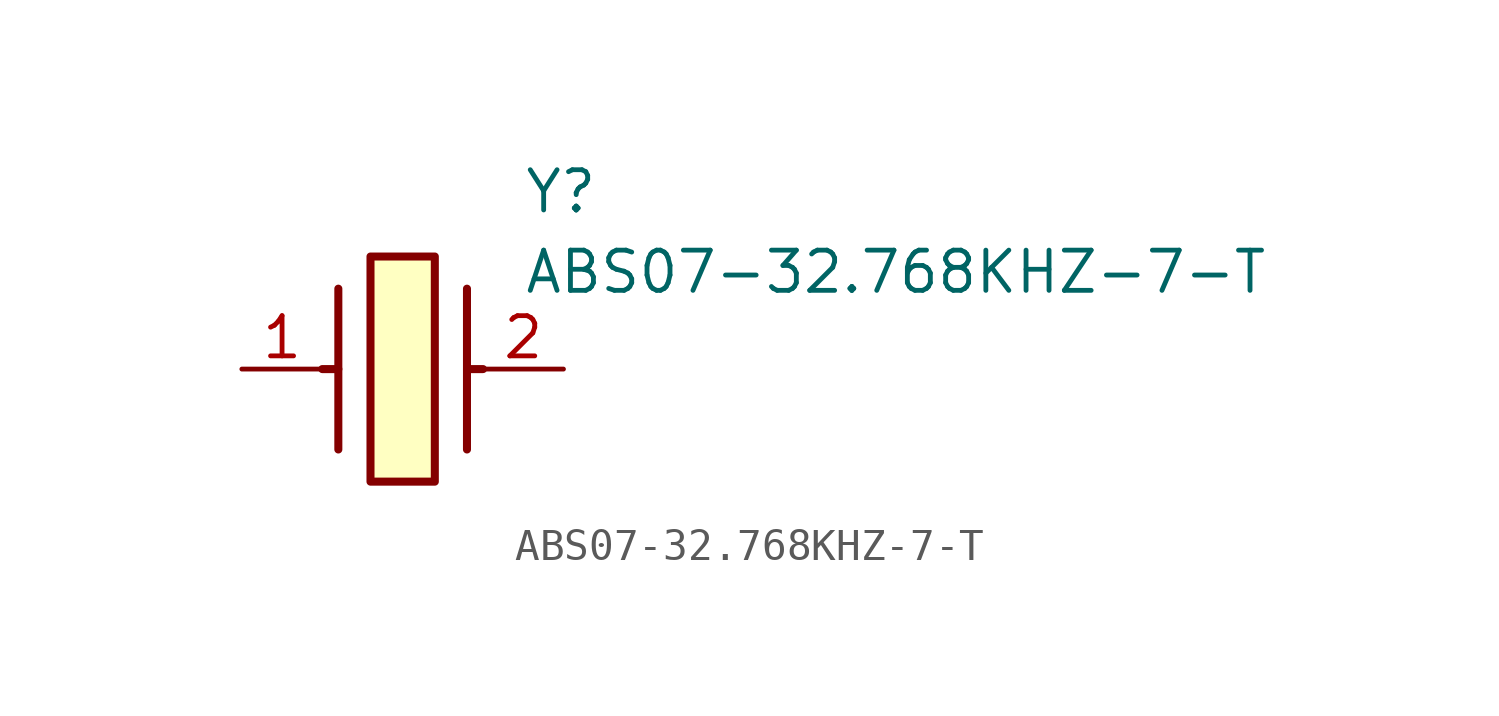
<source format=kicad_sym>
(kicad_symbol_lib
  (version 20211014)
  (generator SamacSys_ECAD_Model)
  (symbol "ABS07-32.768KHZ-7-T"
    (pin_names hide)
    (property "Reference" "Y"
      (at 8.89 6.35 0)
      (effects (font (size 1.27 1.27)) (justify left top)))
    (property "Value" "ABS07-32.768KHZ-7-T"
      (at 8.89 3.81 0)
      (effects (font (size 1.27 1.27)) (justify left top)))
    (rectangle
      (start 4.064 3.556)
      (end 6.096 -3.556)
      (stroke (width 0.254) (type default))
      (fill (type background)))
    (polyline
      (pts (xy 3.048 2.54) (xy 3.048 -2.54))
      (stroke (width 0.254) (type default))
      (fill (type none)))
    (polyline
      (pts (xy 7.112 2.54) (xy 7.112 -2.54))
      (stroke (width 0.254) (type default))
      (fill (type none)))
    (polyline
      (pts (xy 7.112 0) (xy 7.62 0))
      (stroke (width 0.254) (type default))
      (fill (type none)))
    (polyline
      (pts (xy 3.048 0) (xy 2.54 0))
      (stroke (width 0.254) (type default))
      (fill (type none)))
    (pin passive line
      (at 0 0 0)
      (length 2.54)
      (name "1" (effects (font (size 1.27 1.27))))
      (number "1" (effects (font (size 1.27 1.27)))))
    (pin passive line
      (at 10.16 0 180)
      (length 2.54)
      (name "2" (effects (font (size 1.27 1.27))))
      (number "2" (effects (font (size 1.27 1.27)))))))
</source>
